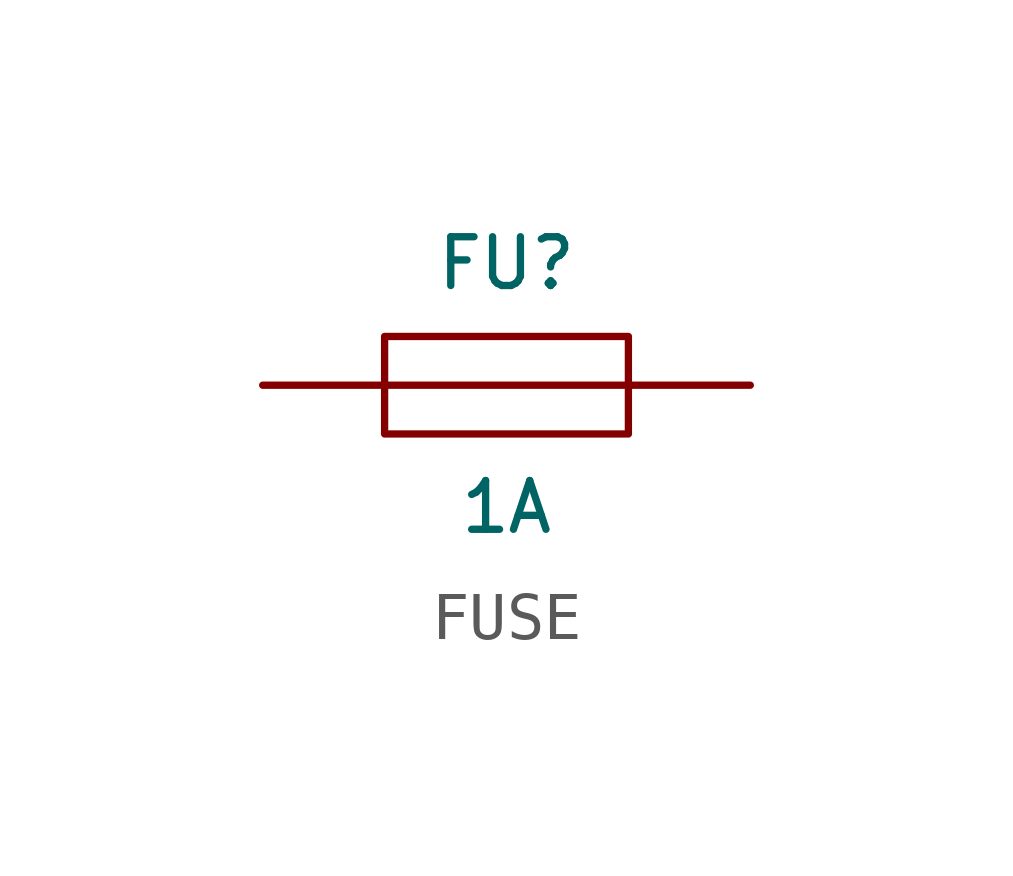
<source format=kicad_sym>
(kicad_symbol_lib
  (version 20241209)
  (generator "kicad_symbol_editor")
  (generator_version "9.0")
  (symbol "FUSE"
    (pin_numbers
      (hide yes))
    (pin_names
      (offset 0)
      (hide yes))
    (property "Reference" "FU"
      (at 0 2.54 0)
      (effects (font (size 1.016 1.016))))
    (property "Value" "1A"
      (at 0 -2.54 0)
      (effects (font (size 1.016 1.016))))
    (symbol "FUSE_0_1"
      (rectangle (start -2.54 1.016) (end 2.54 -1.016) (stroke (width 0) (type default)) (fill (type none)))
      (polyline (pts (xy -2.54 0) (xy 2.54 0)) (stroke (width 0) (type default)) (fill (type none))))
    (symbol "FUSE_1_1"
      (pin passive line (at -5.08 0 0) (length 2.54) (name "~" (effects (font (size 1.016 1.016)))) (number "1" (effects (font (size 1.016 1.016)))))
      (pin passive line (at 5.08 0 180) (length 2.54) (name "~" (effects (font (size 1.016 1.016)))) (number "2" (effects (font (size 1.016 1.016))))))))
</source>
